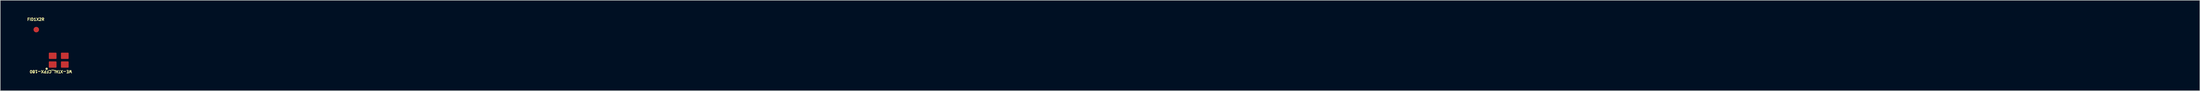
<source format=kicad_pcb>
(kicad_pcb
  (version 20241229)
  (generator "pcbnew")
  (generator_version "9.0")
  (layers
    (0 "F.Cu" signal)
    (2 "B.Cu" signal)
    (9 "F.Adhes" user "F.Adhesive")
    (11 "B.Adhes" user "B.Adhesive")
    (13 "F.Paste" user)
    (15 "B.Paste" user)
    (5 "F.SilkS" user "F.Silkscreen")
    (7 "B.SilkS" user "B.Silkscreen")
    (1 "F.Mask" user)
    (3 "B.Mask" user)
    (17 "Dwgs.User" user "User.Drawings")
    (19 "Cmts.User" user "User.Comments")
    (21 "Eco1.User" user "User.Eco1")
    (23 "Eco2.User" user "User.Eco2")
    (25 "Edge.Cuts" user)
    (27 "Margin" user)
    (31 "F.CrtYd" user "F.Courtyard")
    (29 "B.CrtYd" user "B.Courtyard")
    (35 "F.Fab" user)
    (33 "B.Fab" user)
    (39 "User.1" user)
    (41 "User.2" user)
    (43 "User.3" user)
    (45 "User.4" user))
  (footprint "WE-XTAL_CFPX-180"
    (layer "F.Cu")
    (at 7.617 7.969)
    (property "Reference" "WE-XTAL_CFPX-180" (at -1.43 2.089 180) (unlocked yes) (layer "F.SilkS") (effects (font (size 0.5 0.5) (thickness 0.12))))
    (fp_circle (center -2.197 1.568) (end -2.297 1.568) (stroke (width 0.2) (type solid)) (fill no) (layer "F.SilkS"))
    (fp_line (start -2 -1.575) (end 2 -1.575) (stroke (width 0.05) (type solid)) (layer "User.2"))
    (fp_line (start -2 1.575) (end -2 -1.575) (stroke (width 0.05) (type solid)) (layer "User.2"))
    (fp_line (start -2 1.575) (end 2 1.575) (stroke (width 0.05) (type solid)) (layer "User.2"))
    (fp_line (start 2 1.575) (end 2 -1.575) (stroke (width 0.05) (type solid)) (layer "User.2"))
    (fp_line (start 0 0.5) (end 0 -0.5) (stroke (width 0.05) (type solid)) (layer "User.3"))
    (fp_line (start 0.5 0) (end -0.5 0) (stroke (width 0.05) (type solid)) (layer "User.3"))
    (fp_line (start -1.7 1.35) (end -1.7 -1.35) (stroke (width 0.1) (type solid)) (layer "User.4"))
    (fp_line (start 1.7 -1.35) (end -1.7 -1.35) (stroke (width 0.1) (type solid)) (layer "User.4"))
    (fp_line (start 1.7 1.35) (end -1.7 1.35) (stroke (width 0.1) (type solid)) (layer "User.4"))
    (fp_line (start 1.7 1.35) (end 1.7 -1.35) (stroke (width 0.1) (type solid)) (layer "User.4"))
    (fp_line (start -1.7 1.35) (end -1.7 -1.35) (stroke (width 0.1) (type solid)) (layer "User.11"))
    (fp_line (start 1.7 -1.35) (end -1.7 -1.35) (stroke (width 0.1) (type solid)) (layer "User.11"))
    (fp_line (start 1.7 1.35) (end -1.7 1.35) (stroke (width 0.1) (type solid)) (layer "User.11"))
    (fp_line (start 1.7 1.35) (end 1.7 -1.35) (stroke (width 0.1) (type solid)) (layer "User.11"))
    (fp_circle (center -1.25 0.9) (end -1.45 0.9) (stroke (width 0.1) (type solid)) (fill no) (layer "User.11"))
    (fp_text user "${REFERENCE}" (at 0.1 0.035 0) (unlocked yes) (layer "User.6") (effects (font (size 1 1) (thickness 0.1))))
    (pad "1" smd roundrect (at -1.1 0.8) (size 1.4 1.15) (layers "F.Cu" "F.Mask" "F.Paste") (roundrect_rratio 0.1))
    (pad "2" smd roundrect (at 1.1 0.8) (size 1.4 1.15) (layers "F.Cu" "F.Mask" "F.Paste") (roundrect_rratio 0.1))
    (pad "3" smd roundrect (at 1.1 -0.8) (size 1.4 1.15) (layers "F.Cu" "F.Mask" "F.Paste") (roundrect_rratio 0.1))
    (pad "4" smd roundrect (at -1.1 -0.8) (size 1.4 1.15) (layers "F.Cu" "F.Mask" "F.Paste") (roundrect_rratio 0.1)))
  (footprint "FID1X2R"
    (layer "F.Cu")
    (at 3.54 2.374)
    (property "Reference" "FID1X2R" (at -0.09 -1.871 0) (unlocked yes) (layer "F.SilkS") (effects (font (size 0.5 0.5) (thickness 0.12))))
    (fp_text user "${REFERENCE}" (at -1.27 0.191 0) (unlocked yes) (layer "User.7") (effects (font (face "Arial") (size 0.378 0.378) (thickness 0.05)) (justify left bottom mirror)))
    (pad "0" smd circle (at 0 0) (size 1 1) (layers "F.Cu" "F.Mask" "F.Paste"))
    (zone (net_name "") (layer "F.Cu") (hatch edge 0.5) (connect_pads) (min_thickness 0.25) (filled_areas_thickness no) (keepout (tracks not_allowed) (vias not_allowed) (pads allowed) (copperpour not_allowed) (footprints allowed)) (placement (enabled no)) (fill) (polygon (pts (xy 391.547 2.276) (xy 391.585 2.083) (xy 391.66 1.902) (xy 391.769 1.739) (xy 391.908 1.601) (xy 392.071 1.492) (xy 392.252 1.417) (xy 392.444 1.378) (xy 392.64 1.378) (xy 392.833 1.417) (xy 393.014 1.492) (xy 393.177 1.601) (xy 393.315 1.739) (xy 393.424 1.902) (xy 393.499 2.083) (xy 393.537 2.276) (xy 393.537 2.472) (xy 393.499 2.664) (xy 393.424 2.845) (xy 393.315 3.008) (xy 393.177 3.147) (xy 393.014 3.256) (xy 392.833 3.331) (xy 392.64 3.369) (xy 392.444 3.369) (xy 392.252 3.331) (xy 392.071 3.256) (xy 391.908 3.147) (xy 391.769 3.008) (xy 391.66 2.845) (xy 391.585 2.664) (xy 391.547 2.472)))))
  (gr_rect
    (start -3 -3)
    (end 396.537 13.561)
    (stroke (width 0.1) (type default))
    (fill no)
    (layer "Edge.Cuts")))
</source>
